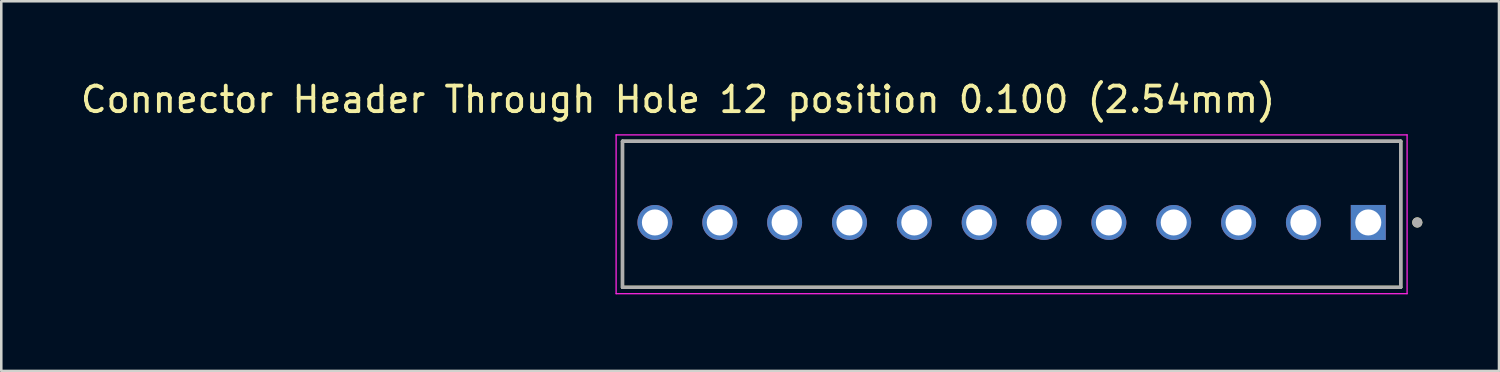
<source format=kicad_pcb>
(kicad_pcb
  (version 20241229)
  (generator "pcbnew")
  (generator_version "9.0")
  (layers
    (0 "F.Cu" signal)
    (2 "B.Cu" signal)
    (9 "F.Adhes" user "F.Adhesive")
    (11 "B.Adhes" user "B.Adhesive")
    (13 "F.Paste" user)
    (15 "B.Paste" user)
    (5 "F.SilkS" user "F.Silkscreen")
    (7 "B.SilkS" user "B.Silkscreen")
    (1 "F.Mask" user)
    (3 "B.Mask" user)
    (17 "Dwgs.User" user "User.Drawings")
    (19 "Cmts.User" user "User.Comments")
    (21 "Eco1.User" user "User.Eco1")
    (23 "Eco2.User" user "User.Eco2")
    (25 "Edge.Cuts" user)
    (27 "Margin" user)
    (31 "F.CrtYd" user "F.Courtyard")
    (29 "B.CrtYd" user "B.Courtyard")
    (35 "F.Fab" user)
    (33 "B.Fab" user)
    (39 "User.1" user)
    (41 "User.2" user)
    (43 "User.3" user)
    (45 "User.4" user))
  (footprint "Connector Header Through Hole 12 position 0.100 (2.54mm)"
    (layer "F.Cu")
    (at 50.541 5.663)
    (property "Reference" "Connector Header Through Hole 12 position 0.100 (2.54mm)" (at -27.035 -4.815 0) (layer "F.SilkS") (effects (font (size 1 1) (thickness 0.15))))
    (attr through_hole)
    (fp_line (start -29.21 2.54) (end -29.21 -3.18) (stroke (width 0.127) (type solid)) (layer "F.SilkS"))
    (fp_line (start 1.27 -3.18) (end -29.21 -3.18) (stroke (width 0.127) (type solid)) (layer "F.SilkS"))
    (fp_line (start 1.27 -3.18) (end 1.27 2.54) (stroke (width 0.127) (type solid)) (layer "F.SilkS"))
    (fp_line (start 1.27 2.54) (end -29.21 2.54) (stroke (width 0.127) (type solid)) (layer "F.SilkS"))
    (fp_circle (center 1.92 0) (end 2.02 0) (stroke (width 0.2) (type solid)) (fill no) (layer "F.SilkS"))
    (fp_line (start -29.46 -3.43) (end 1.52 -3.43) (stroke (width 0.05) (type solid)) (layer "F.CrtYd"))
    (fp_line (start -29.46 2.79) (end -29.46 -3.43) (stroke (width 0.05) (type solid)) (layer "F.CrtYd"))
    (fp_line (start 1.52 -3.43) (end 1.52 2.79) (stroke (width 0.05) (type solid)) (layer "F.CrtYd"))
    (fp_line (start 1.52 2.79) (end -29.46 2.79) (stroke (width 0.05) (type solid)) (layer "F.CrtYd"))
    (fp_line (start -29.21 -3.18) (end 1.27 -3.18) (stroke (width 0.127) (type solid)) (layer "F.Fab"))
    (fp_line (start -29.21 -3.18) (end 1.27 -3.18) (stroke (width 0.127) (type solid)) (layer "F.Fab"))
    (fp_line (start -29.21 2.54) (end -29.21 -3.18) (stroke (width 0.127) (type solid)) (layer "F.Fab"))
    (fp_line (start -29.21 2.54) (end -29.21 -3.18) (stroke (width 0.127) (type solid)) (layer "F.Fab"))
    (fp_line (start 1.27 -3.18) (end 1.27 2.54) (stroke (width 0.127) (type solid)) (layer "F.Fab"))
    (fp_line (start 1.27 -3.18) (end 1.27 2.54) (stroke (width 0.127) (type solid)) (layer "F.Fab"))
    (fp_line (start 1.27 2.54) (end -29.21 2.54) (stroke (width 0.127) (type solid)) (layer "F.Fab"))
    (fp_circle (center 1.92 0) (end 2.02 0) (stroke (width 0.2) (type solid)) (fill no) (layer "F.Fab"))
    (pad "1" thru_hole rect (at 0 0) (size 1.37 1.37) (drill 1.02) (layers "*.Cu" "*.Mask"))
    (pad "2" thru_hole circle (at -2.54 0) (size 1.37 1.37) (drill 1.02) (layers "*.Cu" "*.Mask"))
    (pad "3" thru_hole circle (at -5.08 0) (size 1.37 1.37) (drill 1.02) (layers "*.Cu" "*.Mask"))
    (pad "4" thru_hole circle (at -7.62 0) (size 1.37 1.37) (drill 1.02) (layers "*.Cu" "*.Mask"))
    (pad "5" thru_hole circle (at -10.16 0) (size 1.37 1.37) (drill 1.02) (layers "*.Cu" "*.Mask"))
    (pad "6" thru_hole circle (at -12.7 0) (size 1.37 1.37) (drill 1.02) (layers "*.Cu" "*.Mask"))
    (pad "7" thru_hole circle (at -15.24 0) (size 1.37 1.37) (drill 1.02) (layers "*.Cu" "*.Mask"))
    (pad "8" thru_hole circle (at -17.78 0) (size 1.37 1.37) (drill 1.02) (layers "*.Cu" "*.Mask"))
    (pad "9" thru_hole circle (at -20.32 0) (size 1.37 1.37) (drill 1.02) (layers "*.Cu" "*.Mask"))
    (pad "10" thru_hole circle (at -22.86 0) (size 1.37 1.37) (drill 1.02) (layers "*.Cu" "*.Mask"))
    (pad "11" thru_hole circle (at -25.4 0) (size 1.37 1.37) (drill 1.02) (layers "*.Cu" "*.Mask"))
    (pad "12" thru_hole circle (at -27.94 0) (size 1.37 1.37) (drill 1.02) (layers "*.Cu" "*.Mask")))
  (gr_rect
    (start -3 -3)
    (end 55.661 11.478)
    (stroke (width 0.1) (type default))
    (fill no)
    (layer "Edge.Cuts")))
</source>
